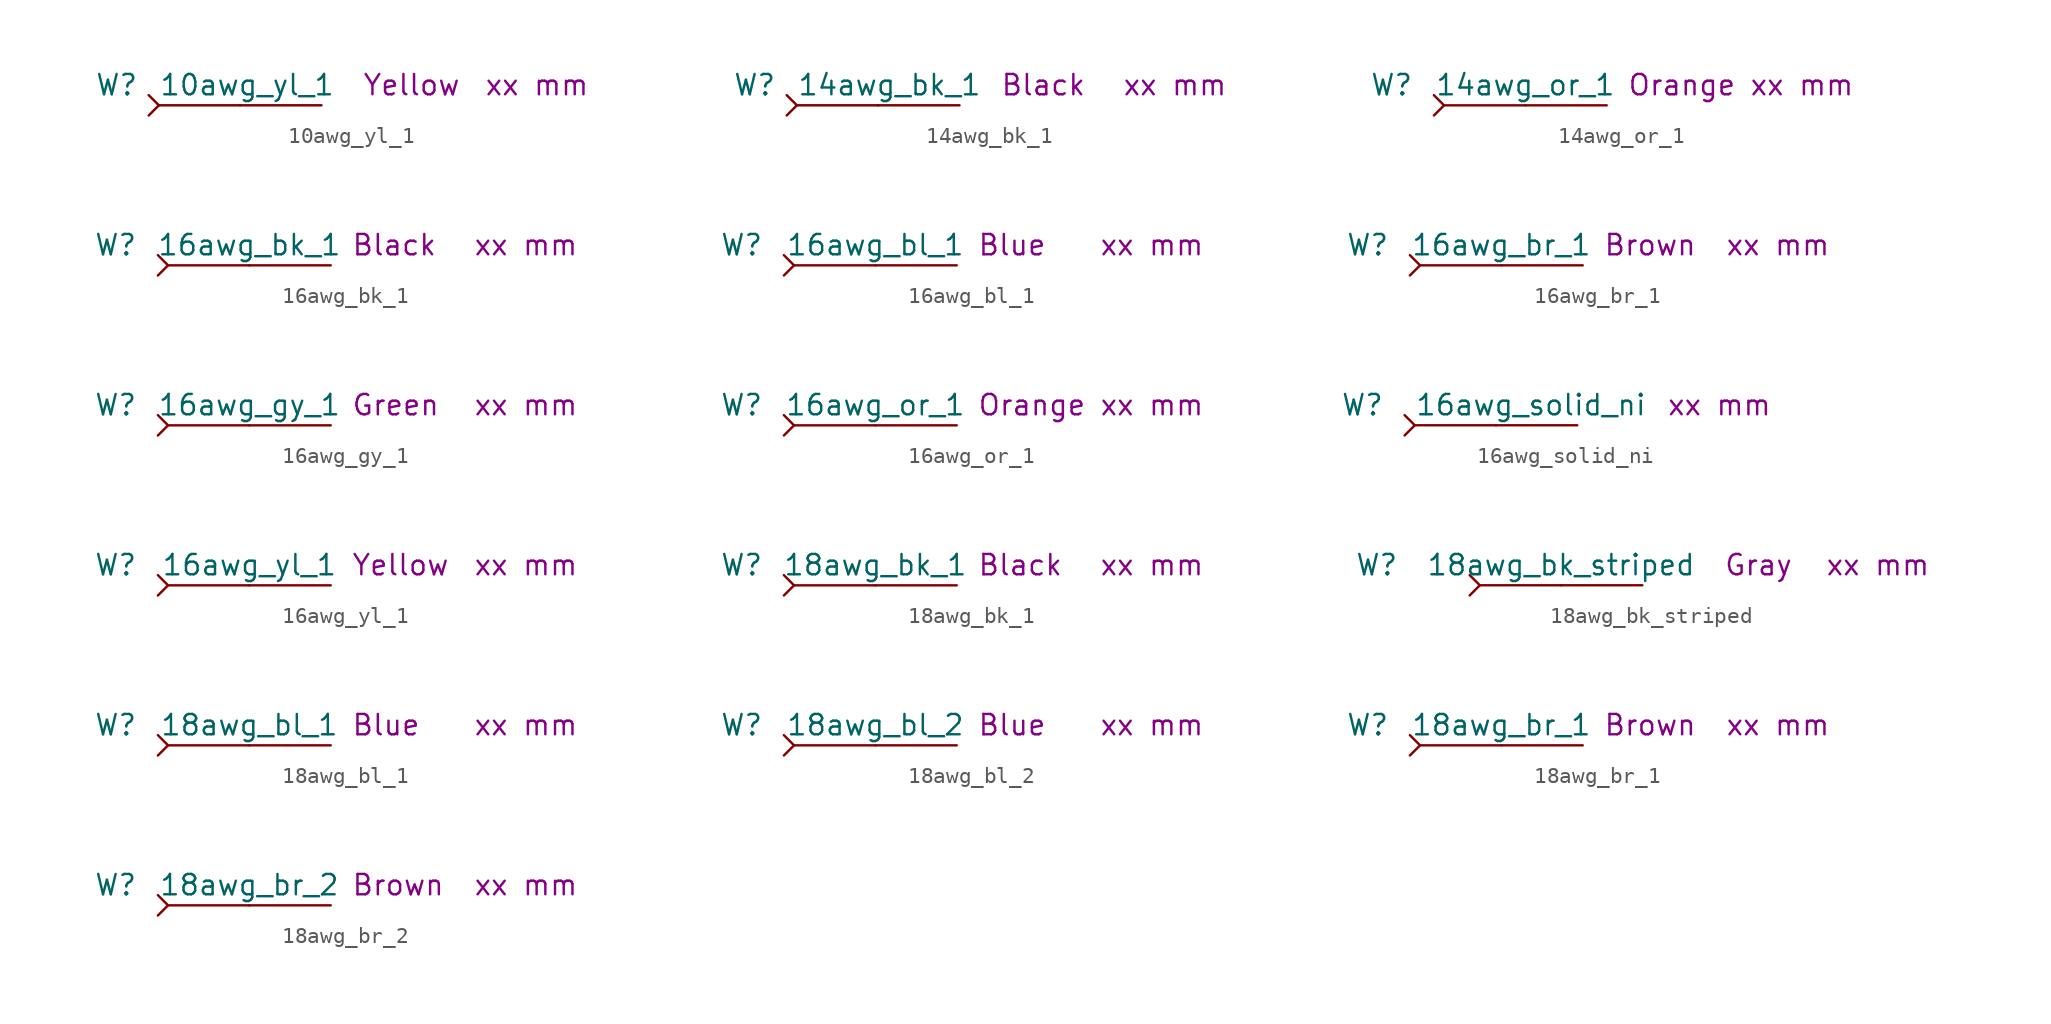
<source format=kicad_sym>
(kicad_symbol_lib
  (version 20220914)
  (generator kicad_symbol_editor)
  (symbol "10awg_yl_1"
    (pin_numbers hide)
    (pin_names
      (offset 0) hide)
    (property "Reference" "W"
      (at -6.35 1.27 0)
      (effects (font (size 1.27 1.27)) (justify right)))
    (property "Value" "10awg_yl_1"
      (at -5.08 1.27 0)
      (effects (font (size 1.27 1.27)) (justify left)))
    (property "Color" "Yellow"
      (at 7.62 1.27 0)
      (effects (font (size 1.27 1.27)) (justify left)))
    (property "Length" "xx mm"
      (at 15.24 1.27 0)
      (effects (font (size 1.27 1.27)) (justify left)))
    (symbol "10awg_yl_1_0_1"
      (polyline (pts (xy -5.715 0.635) (xy -5.08 0) (xy -5.715 -0.635)) (stroke (width 0) (type default)) (fill (type none))))
    (symbol "10awg_yl_1_1_1"
      (pin bidirectional line (at -5.08 0 0) (length 5.08) (name "X" (effects (font (size 1.27 1.27)))) (number "1" (effects (font (size 1.27 1.27)))))
      (pin bidirectional line (at 5.08 0 180) (length 5.08) (name "Y" (effects (font (size 1.27 1.27)))) (number "2" (effects (font (size 1.27 1.27)))))))
  (symbol "14awg_bk_1"
    (pin_numbers hide)
    (pin_names
      (offset 0) hide)
    (property "Reference" "W"
      (at -6.35 1.27 0)
      (effects (font (size 1.27 1.27)) (justify right)))
    (property "Value" "14awg_bk_1"
      (at -5.08 1.27 0)
      (effects (font (size 1.27 1.27)) (justify left)))
    (property "Color" "Black"
      (at 7.62 1.27 0)
      (effects (font (size 1.27 1.27)) (justify left)))
    (property "Length" "xx mm"
      (at 15.24 1.27 0)
      (effects (font (size 1.27 1.27)) (justify left)))
    (symbol "14awg_bk_1_0_1"
      (polyline (pts (xy -5.715 0.635) (xy -5.08 0) (xy -5.715 -0.635)) (stroke (width 0) (type default)) (fill (type none))))
    (symbol "14awg_bk_1_1_1"
      (pin bidirectional line (at -5.08 0 0) (length 5.08) (name "X" (effects (font (size 1.27 1.27)))) (number "1" (effects (font (size 1.27 1.27)))))
      (pin bidirectional line (at 5.08 0 180) (length 5.08) (name "Y" (effects (font (size 1.27 1.27)))) (number "2" (effects (font (size 1.27 1.27)))))))
  (symbol "14awg_or_1"
    (pin_numbers hide)
    (pin_names
      (offset 0) hide)
    (property "Reference" "W"
      (at -6.985 1.27 0)
      (effects (font (size 1.27 1.27)) (justify right)))
    (property "Value" "14awg_or_1"
      (at 0 1.27 0)
      (effects (font (size 1.27 1.27))))
    (property "Color" "Orange"
      (at 6.35 1.27 0)
      (effects (font (size 1.27 1.27)) (justify left)))
    (property "Length" "xx mm"
      (at 13.97 1.27 0)
      (effects (font (size 1.27 1.27)) (justify left)))
    (symbol "14awg_or_1_0_1"
      (polyline (pts (xy -5.715 0.635) (xy -5.08 0) (xy -5.715 -0.635)) (stroke (width 0) (type default)) (fill (type none))))
    (symbol "14awg_or_1_1_1"
      (pin bidirectional line (at -5.08 0 0) (length 5.08) (name "X" (effects (font (size 1.27 1.27)))) (number "1" (effects (font (size 1.27 1.27)))))
      (pin bidirectional line (at 5.08 0 180) (length 5.08) (name "Y" (effects (font (size 1.27 1.27)))) (number "2" (effects (font (size 1.27 1.27)))))))
  (symbol "16awg_bk_1"
    (pin_numbers hide)
    (pin_names
      (offset 0) hide)
    (property "Reference" "W"
      (at -6.985 1.27 0)
      (effects (font (size 1.27 1.27)) (justify right)))
    (property "Value" "16awg_bk_1"
      (at 0 1.27 0)
      (effects (font (size 1.27 1.27))))
    (property "Color" "Black"
      (at 6.35 1.27 0)
      (effects (font (size 1.27 1.27)) (justify left)))
    (property "Length" "xx mm"
      (at 13.97 1.27 0)
      (effects (font (size 1.27 1.27)) (justify left)))
    (symbol "16awg_bk_1_0_1"
      (polyline (pts (xy -5.715 0.635) (xy -5.08 0) (xy -5.715 -0.635)) (stroke (width 0) (type default)) (fill (type none))))
    (symbol "16awg_bk_1_1_1"
      (pin bidirectional line (at -5.08 0 0) (length 5.08) (name "X" (effects (font (size 1.27 1.27)))) (number "1" (effects (font (size 1.27 1.27)))))
      (pin bidirectional line (at 5.08 0 180) (length 5.08) (name "Y" (effects (font (size 1.27 1.27)))) (number "2" (effects (font (size 1.27 1.27)))))))
  (symbol "16awg_bl_1"
    (pin_numbers hide)
    (pin_names
      (offset 0) hide)
    (property "Reference" "W"
      (at -6.985 1.27 0)
      (effects (font (size 1.27 1.27)) (justify right)))
    (property "Value" "16awg_bl_1"
      (at 0 1.27 0)
      (effects (font (size 1.27 1.27))))
    (property "Color" "Blue"
      (at 6.35 1.27 0)
      (effects (font (size 1.27 1.27)) (justify left)))
    (property "Length" "xx mm"
      (at 13.97 1.27 0)
      (effects (font (size 1.27 1.27)) (justify left)))
    (symbol "16awg_bl_1_0_1"
      (polyline (pts (xy -5.715 0.635) (xy -5.08 0) (xy -5.715 -0.635)) (stroke (width 0) (type default)) (fill (type none))))
    (symbol "16awg_bl_1_1_1"
      (pin bidirectional line (at -5.08 0 0) (length 5.08) (name "X" (effects (font (size 1.27 1.27)))) (number "1" (effects (font (size 1.27 1.27)))))
      (pin bidirectional line (at 5.08 0 180) (length 5.08) (name "Y" (effects (font (size 1.27 1.27)))) (number "2" (effects (font (size 1.27 1.27)))))))
  (symbol "16awg_br_1"
    (pin_numbers hide)
    (pin_names
      (offset 0) hide)
    (property "Reference" "W"
      (at -6.985 1.27 0)
      (effects (font (size 1.27 1.27)) (justify right)))
    (property "Value" "16awg_br_1"
      (at 0 1.27 0)
      (effects (font (size 1.27 1.27))))
    (property "Color" "Brown"
      (at 6.35 1.27 0)
      (effects (font (size 1.27 1.27)) (justify left)))
    (property "Length" "xx mm"
      (at 13.97 1.27 0)
      (effects (font (size 1.27 1.27)) (justify left)))
    (symbol "16awg_br_1_0_1"
      (polyline (pts (xy -5.715 0.635) (xy -5.08 0) (xy -5.715 -0.635)) (stroke (width 0) (type default)) (fill (type none))))
    (symbol "16awg_br_1_1_1"
      (pin bidirectional line (at -5.08 0 0) (length 5.08) (name "X" (effects (font (size 1.27 1.27)))) (number "1" (effects (font (size 1.27 1.27)))))
      (pin bidirectional line (at 5.08 0 180) (length 5.08) (name "Y" (effects (font (size 1.27 1.27)))) (number "2" (effects (font (size 1.27 1.27)))))))
  (symbol "16awg_gy_1"
    (pin_numbers hide)
    (pin_names
      (offset 0) hide)
    (property "Reference" "W"
      (at -6.985 1.27 0)
      (effects (font (size 1.27 1.27)) (justify right)))
    (property "Value" "16awg_gy_1"
      (at 0 1.27 0)
      (effects (font (size 1.27 1.27))))
    (property "Color" "Green"
      (at 6.35 1.27 0)
      (effects (font (size 1.27 1.27)) (justify left)))
    (property "Length" "xx mm"
      (at 13.97 1.27 0)
      (effects (font (size 1.27 1.27)) (justify left)))
    (symbol "16awg_gy_1_0_1"
      (polyline (pts (xy -5.715 0.635) (xy -5.08 0) (xy -5.715 -0.635)) (stroke (width 0) (type default)) (fill (type none))))
    (symbol "16awg_gy_1_1_1"
      (pin bidirectional line (at -5.08 0 0) (length 5.08) (name "X" (effects (font (size 1.27 1.27)))) (number "1" (effects (font (size 1.27 1.27)))))
      (pin bidirectional line (at 5.08 0 180) (length 5.08) (name "Y" (effects (font (size 1.27 1.27)))) (number "2" (effects (font (size 1.27 1.27)))))))
  (symbol "16awg_or_1"
    (pin_numbers hide)
    (pin_names
      (offset 0) hide)
    (property "Reference" "W"
      (at -6.985 1.27 0)
      (effects (font (size 1.27 1.27)) (justify right)))
    (property "Value" "16awg_or_1"
      (at 0 1.27 0)
      (effects (font (size 1.27 1.27))))
    (property "Color" "Orange"
      (at 6.35 1.27 0)
      (effects (font (size 1.27 1.27)) (justify left)))
    (property "Length" "xx mm"
      (at 13.97 1.27 0)
      (effects (font (size 1.27 1.27)) (justify left)))
    (symbol "16awg_or_1_0_1"
      (polyline (pts (xy -5.715 0.635) (xy -5.08 0) (xy -5.715 -0.635)) (stroke (width 0) (type default)) (fill (type none))))
    (symbol "16awg_or_1_1_1"
      (pin bidirectional line (at -5.08 0 0) (length 5.08) (name "X" (effects (font (size 1.27 1.27)))) (number "1" (effects (font (size 1.27 1.27)))))
      (pin bidirectional line (at 5.08 0 180) (length 5.08) (name "Y" (effects (font (size 1.27 1.27)))) (number "2" (effects (font (size 1.27 1.27)))))))
  (symbol "16awg_solid_ni"
    (pin_numbers hide)
    (pin_names
      (offset 0) hide)
    (property "Reference" "W"
      (at -6.985 1.27 0)
      (effects (font (size 1.27 1.27)) (justify right)))
    (property "Value" "16awg_solid_ni"
      (at -5.08 1.27 0)
      (effects (font (size 1.27 1.27)) (justify left)))
    (property "Length" "xx mm"
      (at 13.97 1.27 0)
      (effects (font (size 1.27 1.27))))
    (symbol "16awg_solid_ni_0_1"
      (polyline (pts (xy -5.715 0.635) (xy -5.08 0) (xy -5.715 -0.635)) (stroke (width 0) (type default)) (fill (type none))))
    (symbol "16awg_solid_ni_1_1"
      (pin bidirectional line (at -5.08 0 0) (length 5.08) (name "X" (effects (font (size 1.27 1.27)))) (number "1" (effects (font (size 1.27 1.27)))))
      (pin bidirectional line (at 5.08 0 180) (length 5.08) (name "Y" (effects (font (size 1.27 1.27)))) (number "2" (effects (font (size 1.27 1.27)))))))
  (symbol "16awg_yl_1"
    (pin_numbers hide)
    (pin_names
      (offset 0) hide)
    (property "Reference" "W"
      (at -6.985 1.27 0)
      (effects (font (size 1.27 1.27)) (justify right)))
    (property "Value" "16awg_yl_1"
      (at 0 1.27 0)
      (effects (font (size 1.27 1.27))))
    (property "Color" "Yellow"
      (at 6.35 1.27 0)
      (effects (font (size 1.27 1.27)) (justify left)))
    (property "Length" "xx mm"
      (at 13.97 1.27 0)
      (effects (font (size 1.27 1.27)) (justify left)))
    (symbol "16awg_yl_1_0_1"
      (polyline (pts (xy -5.715 0.635) (xy -5.08 0) (xy -5.715 -0.635)) (stroke (width 0) (type default)) (fill (type none))))
    (symbol "16awg_yl_1_1_1"
      (pin bidirectional line (at -5.08 0 0) (length 5.08) (name "X" (effects (font (size 1.27 1.27)))) (number "1" (effects (font (size 1.27 1.27)))))
      (pin bidirectional line (at 5.08 0 180) (length 5.08) (name "Y" (effects (font (size 1.27 1.27)))) (number "2" (effects (font (size 1.27 1.27)))))))
  (symbol "18awg_bk_1"
    (pin_numbers hide)
    (pin_names
      (offset 0) hide)
    (property "Reference" "W"
      (at -6.985 1.27 0)
      (effects (font (size 1.27 1.27)) (justify right)))
    (property "Value" "18awg_bk_1"
      (at 0 1.27 0)
      (effects (font (size 1.27 1.27))))
    (property "Color" "Black"
      (at 6.35 1.27 0)
      (effects (font (size 1.27 1.27)) (justify left)))
    (property "Length" "xx mm"
      (at 13.97 1.27 0)
      (effects (font (size 1.27 1.27)) (justify left)))
    (symbol "18awg_bk_1_0_1"
      (polyline (pts (xy -5.715 0.635) (xy -5.08 0) (xy -5.715 -0.635)) (stroke (width 0) (type default)) (fill (type none))))
    (symbol "18awg_bk_1_1_1"
      (pin bidirectional line (at -5.08 0 0) (length 5.08) (name "X" (effects (font (size 1.27 1.27)))) (number "1" (effects (font (size 1.27 1.27)))))
      (pin bidirectional line (at 5.08 0 180) (length 5.08) (name "Y" (effects (font (size 1.27 1.27)))) (number "2" (effects (font (size 1.27 1.27)))))))
  (symbol "18awg_bk_striped"
    (pin_numbers hide)
    (pin_names
      (offset 0) hide)
    (property "Reference" "W"
      (at -10.16 1.27 0)
      (effects (font (size 1.27 1.27)) (justify right)))
    (property "Value" "18awg_bk_striped"
      (at 0 1.27 0)
      (effects (font (size 1.27 1.27))))
    (property "Color" "Gray"
      (at 10.16 1.27 0)
      (effects (font (size 1.27 1.27)) (justify left)))
    (property "Length" "xx mm"
      (at 16.51 1.27 0)
      (effects (font (size 1.27 1.27)) (justify left)))
    (symbol "18awg_bk_striped_0_1"
      (polyline (pts (xy -5.715 0.635) (xy -5.08 0) (xy -5.715 -0.635)) (stroke (width 0) (type default)) (fill (type none))))
    (symbol "18awg_bk_striped_1_1"
      (pin bidirectional line (at -5.08 0 0) (length 5.08) (name "X" (effects (font (size 1.27 1.27)))) (number "1" (effects (font (size 1.27 1.27)))))
      (pin bidirectional line (at 5.08 0 180) (length 5.08) (name "Y" (effects (font (size 1.27 1.27)))) (number "2" (effects (font (size 1.27 1.27)))))))
  (symbol "18awg_bl_1"
    (pin_numbers hide)
    (pin_names
      (offset 0) hide)
    (property "Reference" "W"
      (at -6.985 1.27 0)
      (effects (font (size 1.27 1.27)) (justify right)))
    (property "Value" "18awg_bl_1"
      (at 0 1.27 0)
      (effects (font (size 1.27 1.27))))
    (property "Color" "Blue"
      (at 6.35 1.27 0)
      (effects (font (size 1.27 1.27)) (justify left)))
    (property "Length" "xx mm"
      (at 13.97 1.27 0)
      (effects (font (size 1.27 1.27)) (justify left)))
    (symbol "18awg_bl_1_0_1"
      (polyline (pts (xy -5.715 0.635) (xy -5.08 0) (xy -5.715 -0.635)) (stroke (width 0) (type default)) (fill (type none))))
    (symbol "18awg_bl_1_1_1"
      (pin bidirectional line (at -5.08 0 0) (length 5.08) (name "X" (effects (font (size 1.27 1.27)))) (number "1" (effects (font (size 1.27 1.27)))))
      (pin bidirectional line (at 5.08 0 180) (length 5.08) (name "Y" (effects (font (size 1.27 1.27)))) (number "2" (effects (font (size 1.27 1.27)))))))
  (symbol "18awg_bl_2"
    (pin_numbers hide)
    (pin_names
      (offset 0) hide)
    (property "Reference" "W"
      (at -6.985 1.27 0)
      (effects (font (size 1.27 1.27)) (justify right)))
    (property "Value" "18awg_bl_2"
      (at 0 1.27 0)
      (effects (font (size 1.27 1.27))))
    (property "Color" "Blue"
      (at 6.35 1.27 0)
      (effects (font (size 1.27 1.27)) (justify left)))
    (property "Length" "xx mm"
      (at 13.97 1.27 0)
      (effects (font (size 1.27 1.27)) (justify left)))
    (symbol "18awg_bl_2_0_1"
      (polyline (pts (xy -5.715 0.635) (xy -5.08 0) (xy -5.715 -0.635)) (stroke (width 0) (type default)) (fill (type none))))
    (symbol "18awg_bl_2_1_1"
      (pin bidirectional line (at -5.08 0 0) (length 5.08) (name "X" (effects (font (size 1.27 1.27)))) (number "1" (effects (font (size 1.27 1.27)))))
      (pin bidirectional line (at 5.08 0 180) (length 5.08) (name "Y" (effects (font (size 1.27 1.27)))) (number "2" (effects (font (size 1.27 1.27)))))))
  (symbol "18awg_br_1"
    (pin_numbers hide)
    (pin_names
      (offset 0) hide)
    (property "Reference" "W"
      (at -6.985 1.27 0)
      (effects (font (size 1.27 1.27)) (justify right)))
    (property "Value" "18awg_br_1"
      (at 0 1.27 0)
      (effects (font (size 1.27 1.27))))
    (property "Color" "Brown"
      (at 6.35 1.27 0)
      (effects (font (size 1.27 1.27)) (justify left)))
    (property "Length" "xx mm"
      (at 13.97 1.27 0)
      (effects (font (size 1.27 1.27)) (justify left)))
    (symbol "18awg_br_1_0_1"
      (polyline (pts (xy -5.715 0.635) (xy -5.08 0) (xy -5.715 -0.635)) (stroke (width 0) (type default)) (fill (type none))))
    (symbol "18awg_br_1_1_1"
      (pin bidirectional line (at -5.08 0 0) (length 5.08) (name "X" (effects (font (size 1.27 1.27)))) (number "1" (effects (font (size 1.27 1.27)))))
      (pin bidirectional line (at 5.08 0 180) (length 5.08) (name "Y" (effects (font (size 1.27 1.27)))) (number "2" (effects (font (size 1.27 1.27)))))))
  (symbol "18awg_br_2"
    (pin_numbers hide)
    (pin_names
      (offset 0) hide)
    (property "Reference" "W"
      (at -6.985 1.27 0)
      (effects (font (size 1.27 1.27)) (justify right)))
    (property "Value" "18awg_br_2"
      (at 0 1.27 0)
      (effects (font (size 1.27 1.27))))
    (property "Color" "Brown"
      (at 6.35 1.27 0)
      (effects (font (size 1.27 1.27)) (justify left)))
    (property "Length" "xx mm"
      (at 13.97 1.27 0)
      (effects (font (size 1.27 1.27)) (justify left)))
    (symbol "18awg_br_2_0_1"
      (polyline (pts (xy -5.715 0.635) (xy -5.08 0) (xy -5.715 -0.635)) (stroke (width 0) (type default)) (fill (type none))))
    (symbol "18awg_br_2_1_1"
      (pin bidirectional line (at -5.08 0 0) (length 5.08) (name "X" (effects (font (size 1.27 1.27)))) (number "1" (effects (font (size 1.27 1.27)))))
      (pin bidirectional line (at 5.08 0 180) (length 5.08) (name "Y" (effects (font (size 1.27 1.27)))) (number "2" (effects (font (size 1.27 1.27))))))))
</source>
